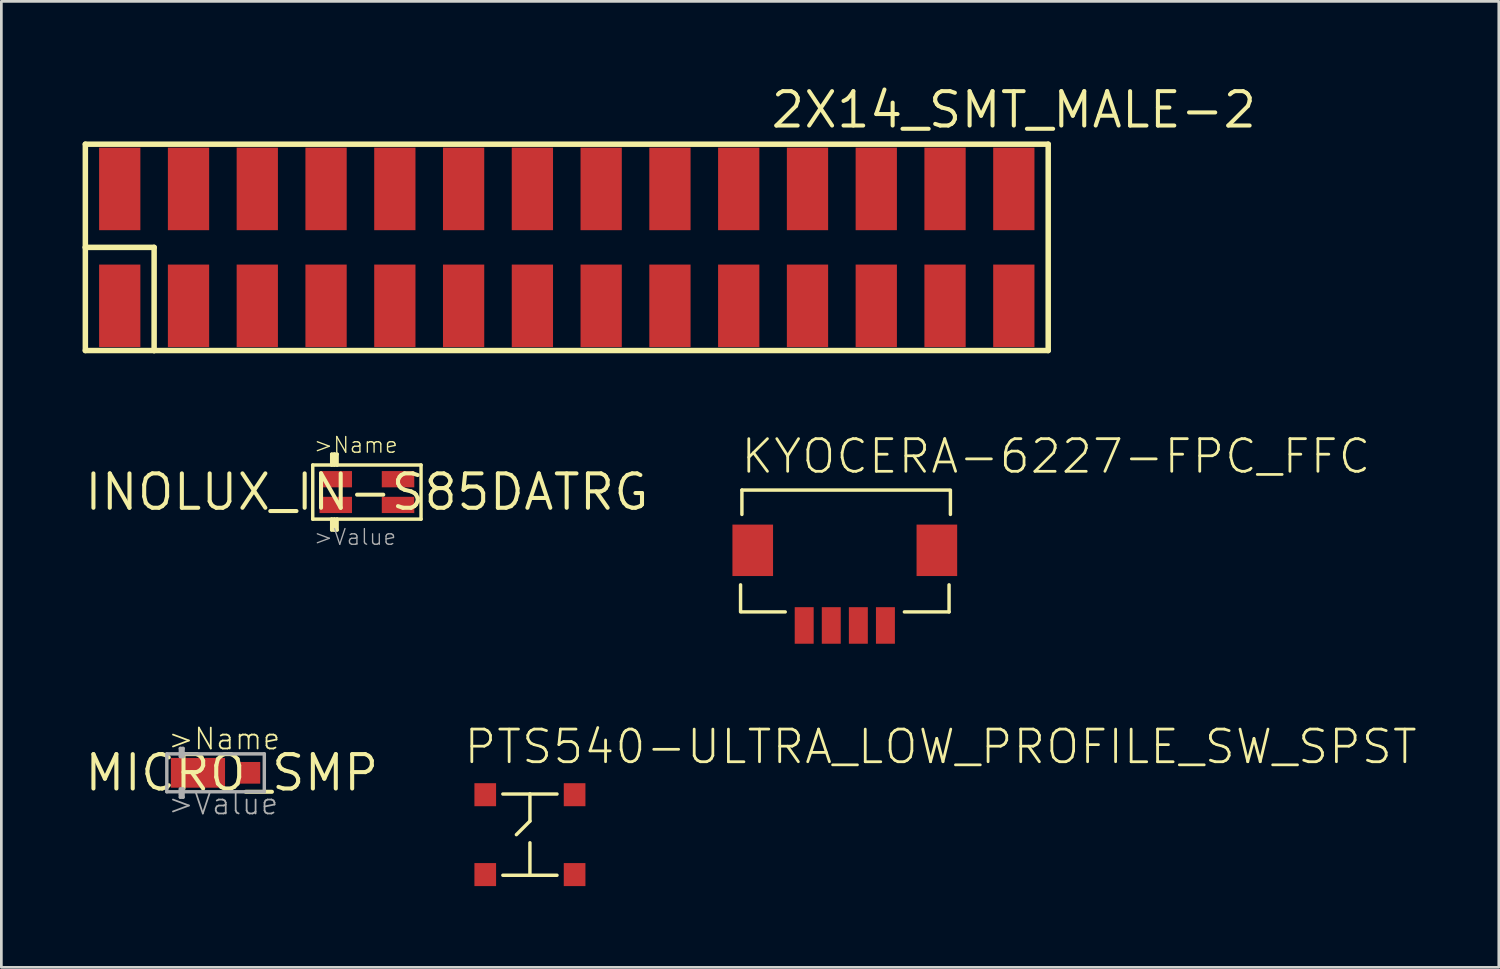
<source format=kicad_pcb>
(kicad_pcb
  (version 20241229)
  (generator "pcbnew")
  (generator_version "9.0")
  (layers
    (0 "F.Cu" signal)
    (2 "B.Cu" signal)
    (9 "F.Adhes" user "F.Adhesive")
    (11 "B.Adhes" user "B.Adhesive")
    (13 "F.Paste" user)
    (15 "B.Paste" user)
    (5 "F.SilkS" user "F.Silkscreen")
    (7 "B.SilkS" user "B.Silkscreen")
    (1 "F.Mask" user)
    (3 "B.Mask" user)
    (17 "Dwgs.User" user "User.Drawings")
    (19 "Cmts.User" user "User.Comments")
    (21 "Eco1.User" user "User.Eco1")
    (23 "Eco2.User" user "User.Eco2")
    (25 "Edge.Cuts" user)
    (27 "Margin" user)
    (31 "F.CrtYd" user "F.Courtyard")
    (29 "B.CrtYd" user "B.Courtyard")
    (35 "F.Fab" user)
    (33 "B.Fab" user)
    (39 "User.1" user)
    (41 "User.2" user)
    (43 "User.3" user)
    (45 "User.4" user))
  (footprint "2X14_SMT_MALE-2"
    (layer "F.Cu")
    (at 16.612 6.086)
    (property "Reference" "2X14_SMT_MALE-2" (at 17.78 -5.08 0) (layer "F.SilkS") (effects (font (size 1.27 1.27) (thickness 0.15))))
    (attr through_hole)
    (fp_line (start -16.51 -3.81) (end 19.05 -3.81) (stroke (width 0.203) (type solid)) (layer "F.SilkS"))
    (fp_line (start -16.51 0) (end -16.51 -3.81) (stroke (width 0.203) (type solid)) (layer "F.SilkS"))
    (fp_line (start -16.51 0) (end -13.97 0) (stroke (width 0.203) (type solid)) (layer "F.SilkS"))
    (fp_line (start -16.51 3.81) (end -16.51 0) (stroke (width 0.203) (type solid)) (layer "F.SilkS"))
    (fp_line (start -13.97 0) (end -13.97 3.81) (stroke (width 0.203) (type solid)) (layer "F.SilkS"))
    (fp_line (start -13.97 3.81) (end -16.51 3.81) (stroke (width 0.203) (type solid)) (layer "F.SilkS"))
    (fp_line (start 19.05 -3.81) (end 19.05 3.81) (stroke (width 0.203) (type solid)) (layer "F.SilkS"))
    (fp_line (start 19.05 3.81) (end -13.97 3.81) (stroke (width 0.203) (type solid)) (layer "F.SilkS"))
    (pad "1" smd rect (at -15.24 2.159 90) (size 3.048 1.524) (layers "F.Cu" "F.Mask" "F.Paste"))
    (pad "2" smd rect (at -15.24 -2.159 90) (size 3.048 1.524) (layers "F.Cu" "F.Mask" "F.Paste"))
    (pad "3" smd rect (at -12.7 2.159 90) (size 3.048 1.524) (layers "F.Cu" "F.Mask" "F.Paste"))
    (pad "4" smd rect (at -12.7 -2.159 270) (size 3.048 1.524) (layers "F.Cu" "F.Mask" "F.Paste"))
    (pad "5" smd rect (at -10.16 2.159 90) (size 3.048 1.524) (layers "F.Cu" "F.Mask" "F.Paste"))
    (pad "6" smd rect (at -10.16 -2.159 270) (size 3.048 1.524) (layers "F.Cu" "F.Mask" "F.Paste"))
    (pad "7" smd rect (at -7.62 2.159 90) (size 3.048 1.524) (layers "F.Cu" "F.Mask" "F.Paste"))
    (pad "8" smd rect (at -7.62 -2.159 270) (size 3.048 1.524) (layers "F.Cu" "F.Mask" "F.Paste"))
    (pad "9" smd rect (at -5.08 2.159 90) (size 3.048 1.524) (layers "F.Cu" "F.Mask" "F.Paste"))
    (pad "10" smd rect (at -5.08 -2.159 270) (size 3.048 1.524) (layers "F.Cu" "F.Mask" "F.Paste"))
    (pad "11" smd rect (at -2.54 2.159 90) (size 3.048 1.524) (layers "F.Cu" "F.Mask" "F.Paste"))
    (pad "12" smd rect (at -2.54 -2.159 270) (size 3.048 1.524) (layers "F.Cu" "F.Mask" "F.Paste"))
    (pad "13" smd rect (at 0 2.159 90) (size 3.048 1.524) (layers "F.Cu" "F.Mask" "F.Paste"))
    (pad "14" smd rect (at 0 -2.159 270) (size 3.048 1.524) (layers "F.Cu" "F.Mask" "F.Paste"))
    (pad "15" smd rect (at 2.54 2.159 90) (size 3.048 1.524) (layers "F.Cu" "F.Mask" "F.Paste"))
    (pad "16" smd rect (at 2.54 -2.159 270) (size 3.048 1.524) (layers "F.Cu" "F.Mask" "F.Paste"))
    (pad "17" smd rect (at 5.08 2.159 90) (size 3.048 1.524) (layers "F.Cu" "F.Mask" "F.Paste"))
    (pad "18" smd rect (at 5.08 -2.159 270) (size 3.048 1.524) (layers "F.Cu" "F.Mask" "F.Paste"))
    (pad "19" smd rect (at 7.62 2.159 90) (size 3.048 1.524) (layers "F.Cu" "F.Mask" "F.Paste"))
    (pad "20" smd rect (at 7.62 -2.159 270) (size 3.048 1.524) (layers "F.Cu" "F.Mask" "F.Paste"))
    (pad "21" smd rect (at 10.16 2.159 90) (size 3.048 1.524) (layers "F.Cu" "F.Mask" "F.Paste"))
    (pad "22" smd rect (at 10.16 -2.159 270) (size 3.048 1.524) (layers "F.Cu" "F.Mask" "F.Paste"))
    (pad "23" smd rect (at 12.7 2.159 90) (size 3.048 1.524) (layers "F.Cu" "F.Mask" "F.Paste"))
    (pad "24" smd rect (at 12.7 -2.159 270) (size 3.048 1.524) (layers "F.Cu" "F.Mask" "F.Paste"))
    (pad "25" smd rect (at 15.24 2.159 90) (size 3.048 1.524) (layers "F.Cu" "F.Mask" "F.Paste"))
    (pad "26" smd rect (at 15.24 -2.159 270) (size 3.048 1.524) (layers "F.Cu" "F.Mask" "F.Paste"))
    (pad "27" smd rect (at 17.78 2.159 90) (size 3.048 1.524) (layers "F.Cu" "F.Mask" "F.Paste"))
    (pad "28" smd rect (at 17.78 -2.159 270) (size 3.048 1.524) (layers "F.Cu" "F.Mask" "F.Paste")))
  (footprint "KYOCERA-6227-FPC_FFC"
    (layer "F.Cu")
    (at 28.15 18.549)
    (property "Reference" "KYOCERA-6227-FPC_FFC" (at -3.9 -4.04 0) (layer "F.SilkS") (effects (font (size 1.206 1.206) (thickness 0.102)) (justify left bottom)))
    (attr through_hole)
    (fp_line (start -3.85 0) (end -3.85 1) (stroke (width 0.127) (type solid)) (layer "F.SilkS"))
    (fp_line (start -3.8 -3.5) (end -3.8 -2.6) (stroke (width 0.127) (type solid)) (layer "F.SilkS"))
    (fp_line (start -3.8 -3.5) (end 3.85 -3.5) (stroke (width 0.127) (type solid)) (layer "F.SilkS"))
    (fp_line (start -3.8 1) (end -2.2 1) (stroke (width 0.127) (type solid)) (layer "F.SilkS"))
    (fp_line (start 3.85 0) (end 3.85 1) (stroke (width 0.127) (type solid)) (layer "F.SilkS"))
    (fp_line (start 3.85 1) (end 2.2 1) (stroke (width 0.127) (type solid)) (layer "F.SilkS"))
    (fp_line (start 3.9 -3.5) (end 3.9 -2.6) (stroke (width 0.127) (type solid)) (layer "F.SilkS"))
    (pad "1" smd rect (at -1.5 1.5) (size 0.7 1.35) (layers "F.Cu" "F.Mask" "F.Paste"))
    (pad "2" smd rect (at -0.5 1.5) (size 0.7 1.35) (layers "F.Cu" "F.Mask" "F.Paste"))
    (pad "3" smd rect (at 0.5 1.5) (size 0.7 1.35) (layers "F.Cu" "F.Mask" "F.Paste"))
    (pad "4" smd rect (at 1.5 1.5) (size 0.7 1.35) (layers "F.Cu" "F.Mask" "F.Paste"))
    (pad "X" smd rect (at -3.4 -1.275) (size 1.5 1.9) (layers "F.Cu" "F.Mask" "F.Paste"))
    (pad "Y" smd rect (at 3.4 -1.275) (size 1.5 1.9) (layers "F.Cu" "F.Mask" "F.Paste")))
  (footprint "MICRO_SMP"
    (layer "F.Cu")
    (at 5.511 25.491)
    (property "Reference" "MICRO_SMP" (at 0 0 0) (layer "F.SilkS") (effects (font (size 1.27 1.27) (thickness 0.15))))
    (attr through_hole)
    (fp_line (start -2.4 -0.7) (end 1.2 -0.7) (stroke (width 0.127) (type solid)) (layer "F.Fab"))
    (fp_line (start -2.4 0.7) (end -2.4 -0.7) (stroke (width 0.127) (type solid)) (layer "F.Fab"))
    (fp_line (start -1.9 -0.9) (end -1.9 -0.6) (stroke (width 0.127) (type solid)) (layer "F.Fab"))
    (fp_line (start -1.9 -0.6) (end -1.8 -0.6) (stroke (width 0.127) (type solid)) (layer "F.Fab"))
    (fp_line (start -1.9 0.6) (end -1.9 0.7) (stroke (width 0.127) (type solid)) (layer "F.Fab"))
    (fp_line (start -1.9 0.7) (end -2.4 0.7) (stroke (width 0.127) (type solid)) (layer "F.Fab"))
    (fp_line (start -1.9 0.7) (end -1.9 0.8) (stroke (width 0.127) (type solid)) (layer "F.Fab"))
    (fp_line (start -1.9 0.8) (end -1.9 0.9) (stroke (width 0.127) (type solid)) (layer "F.Fab"))
    (fp_line (start -1.9 0.9) (end -1.8 0.9) (stroke (width 0.127) (type solid)) (layer "F.Fab"))
    (fp_line (start -1.8 -0.9) (end -1.9 -0.9) (stroke (width 0.127) (type solid)) (layer "F.Fab"))
    (fp_line (start -1.8 -0.6) (end -1.8 -0.9) (stroke (width 0.127) (type solid)) (layer "F.Fab"))
    (fp_line (start -1.8 0.6) (end -1.9 0.6) (stroke (width 0.127) (type solid)) (layer "F.Fab"))
    (fp_line (start -1.8 0.9) (end -1.8 0.6) (stroke (width 0.127) (type solid)) (layer "F.Fab"))
    (fp_line (start 1.2 -0.7) (end 1.2 0.7) (stroke (width 0.127) (type solid)) (layer "F.Fab"))
    (fp_line (start 1.2 0.7) (end -1.9 0.7) (stroke (width 0.127) (type solid)) (layer "F.Fab"))
    (fp_text user ">Name" (at -2.4 -0.8 0) (layer "F.SilkS") (effects (font (size 0.772 0.772) (thickness 0.065)) (justify left bottom)))
    (fp_text user ">Value" (at -2.4 1.6 0) (layer "F.Fab") (effects (font (size 0.772 0.772) (thickness 0.065)) (justify left bottom)))
    (pad "A" smd rect (at 0.65 0) (size 0.8 0.8) (layers "F.Cu" "F.Mask" "F.Paste"))
    (pad "K" smd rect (at -1.25 0 90) (size 1.1 2) (layers "F.Cu" "F.Mask" "F.Paste")))
  (footprint "INOLUX_IN-S85DATRG"
    (layer "F.Cu")
    (at 10.5 15.123)
    (property "Reference" "INOLUX_IN-S85DATRG" (at 0 0 0) (layer "F.SilkS") (effects (font (size 1.27 1.27) (thickness 0.15))))
    (attr through_hole)
    (fp_line (start -2 -1) (end -2 1) (stroke (width 0.127) (type solid)) (layer "F.SilkS"))
    (fp_line (start -2 1) (end -1.3 1) (stroke (width 0.127) (type solid)) (layer "F.SilkS"))
    (fp_line (start -1.3 -1.4) (end -1.3 -1) (stroke (width 0.127) (type solid)) (layer "F.SilkS"))
    (fp_line (start -1.3 -1) (end -2 -1) (stroke (width 0.127) (type solid)) (layer "F.SilkS"))
    (fp_line (start -1.3 -1) (end -1.2 -1) (stroke (width 0.127) (type solid)) (layer "F.SilkS"))
    (fp_line (start -1.3 1) (end -1.2 1) (stroke (width 0.127) (type solid)) (layer "F.SilkS"))
    (fp_line (start -1.3 1.4) (end -1.3 1) (stroke (width 0.127) (type solid)) (layer "F.SilkS"))
    (fp_line (start -1.2 -1.4) (end -1.3 -1.4) (stroke (width 0.127) (type solid)) (layer "F.SilkS"))
    (fp_line (start -1.2 -1) (end -1.2 -1.4) (stroke (width 0.127) (type solid)) (layer "F.SilkS"))
    (fp_line (start -1.2 1) (end -1.2 1.4) (stroke (width 0.127) (type solid)) (layer "F.SilkS"))
    (fp_line (start -1.2 1) (end -1.1 1) (stroke (width 0.127) (type solid)) (layer "F.SilkS"))
    (fp_line (start -1.2 1.4) (end -1.3 1.4) (stroke (width 0.127) (type solid)) (layer "F.SilkS"))
    (fp_line (start -1.1 -1.4) (end -1.2 -1.4) (stroke (width 0.127) (type solid)) (layer "F.SilkS"))
    (fp_line (start -1.1 -1) (end -1.2 -1) (stroke (width 0.127) (type solid)) (layer "F.SilkS"))
    (fp_line (start -1.1 -1) (end -1.1 -1.4) (stroke (width 0.127) (type solid)) (layer "F.SilkS"))
    (fp_line (start -1.1 1) (end -1.1 1.4) (stroke (width 0.127) (type solid)) (layer "F.SilkS"))
    (fp_line (start -1.1 1) (end 2 1) (stroke (width 0.127) (type solid)) (layer "F.SilkS"))
    (fp_line (start -1.1 1.4) (end -1.2 1.4) (stroke (width 0.127) (type solid)) (layer "F.SilkS"))
    (fp_line (start 2 -1) (end -1.1 -1) (stroke (width 0.127) (type solid)) (layer "F.SilkS"))
    (fp_line (start 2 1) (end 2 -1) (stroke (width 0.127) (type solid)) (layer "F.SilkS"))
    (fp_text user ">Name" (at -2 -1.4 0) (layer "F.SilkS") (effects (font (size 0.579 0.579) (thickness 0.049)) (justify left bottom)))
    (fp_text user ">Value" (at -2 2 0) (layer "F.Fab") (effects (font (size 0.579 0.579) (thickness 0.049)) (justify left bottom)))
    (pad "1" smd rect (at -1.15 -0.475 180) (size 1.2 0.6) (layers "F.Cu" "F.Mask" "F.Paste"))
    (pad "2" smd rect (at 1.15 -0.475 180) (size 1.2 0.6) (layers "F.Cu" "F.Mask" "F.Paste"))
    (pad "3" smd rect (at -1.15 0.475 180) (size 1.2 0.6) (layers "F.Cu" "F.Mask" "F.Paste"))
    (pad "4" smd rect (at 1.15 0.475 180) (size 1.2 0.6) (layers "F.Cu" "F.Mask" "F.Paste")))
  (footprint "PTS540-ULTRA_LOW_PROFILE_SW_SPST"
    (layer "F.Cu")
    (at 16.521 27.775)
    (property "Reference" "PTS540-ULTRA_LOW_PROFILE_SW_SPST" (at -2.5 -2.54 0) (layer "F.SilkS") (effects (font (size 1.206 1.206) (thickness 0.102)) (justify left bottom)))
    (attr through_hole)
    (fp_line (start -1 -1.5) (end 0 -1.5) (stroke (width 0.127) (type solid)) (layer "F.SilkS"))
    (fp_line (start -1 1.5) (end 0 1.5) (stroke (width 0.127) (type solid)) (layer "F.SilkS"))
    (fp_line (start 0 -1.5) (end 0 -0.5) (stroke (width 0.127) (type solid)) (layer "F.SilkS"))
    (fp_line (start 0 -1.5) (end 1 -1.5) (stroke (width 0.127) (type solid)) (layer "F.SilkS"))
    (fp_line (start 0 -0.5) (end -0.5 0) (stroke (width 0.127) (type solid)) (layer "F.SilkS"))
    (fp_line (start 0 1.5) (end 0 0.3) (stroke (width 0.127) (type solid)) (layer "F.SilkS"))
    (fp_line (start 0 1.5) (end 1 1.5) (stroke (width 0.127) (type solid)) (layer "F.SilkS"))
    (pad "1" smd rect (at -1.65 -1.475) (size 0.8 0.85) (layers "F.Cu" "F.Mask" "F.Paste"))
    (pad "2" smd rect (at 1.65 -1.475) (size 0.8 0.85) (layers "F.Cu" "F.Mask" "F.Paste"))
    (pad "3" smd rect (at -1.65 1.475) (size 0.8 0.85) (layers "F.Cu" "F.Mask" "F.Paste"))
    (pad "4" smd rect (at 1.65 1.475) (size 0.8 0.85) (layers "F.Cu" "F.Mask" "F.Paste")))
  (gr_rect
    (start -3 -3)
    (end 52.303 32.675)
    (stroke (width 0.1) (type default))
    (fill no)
    (layer "Edge.Cuts")))
</source>
